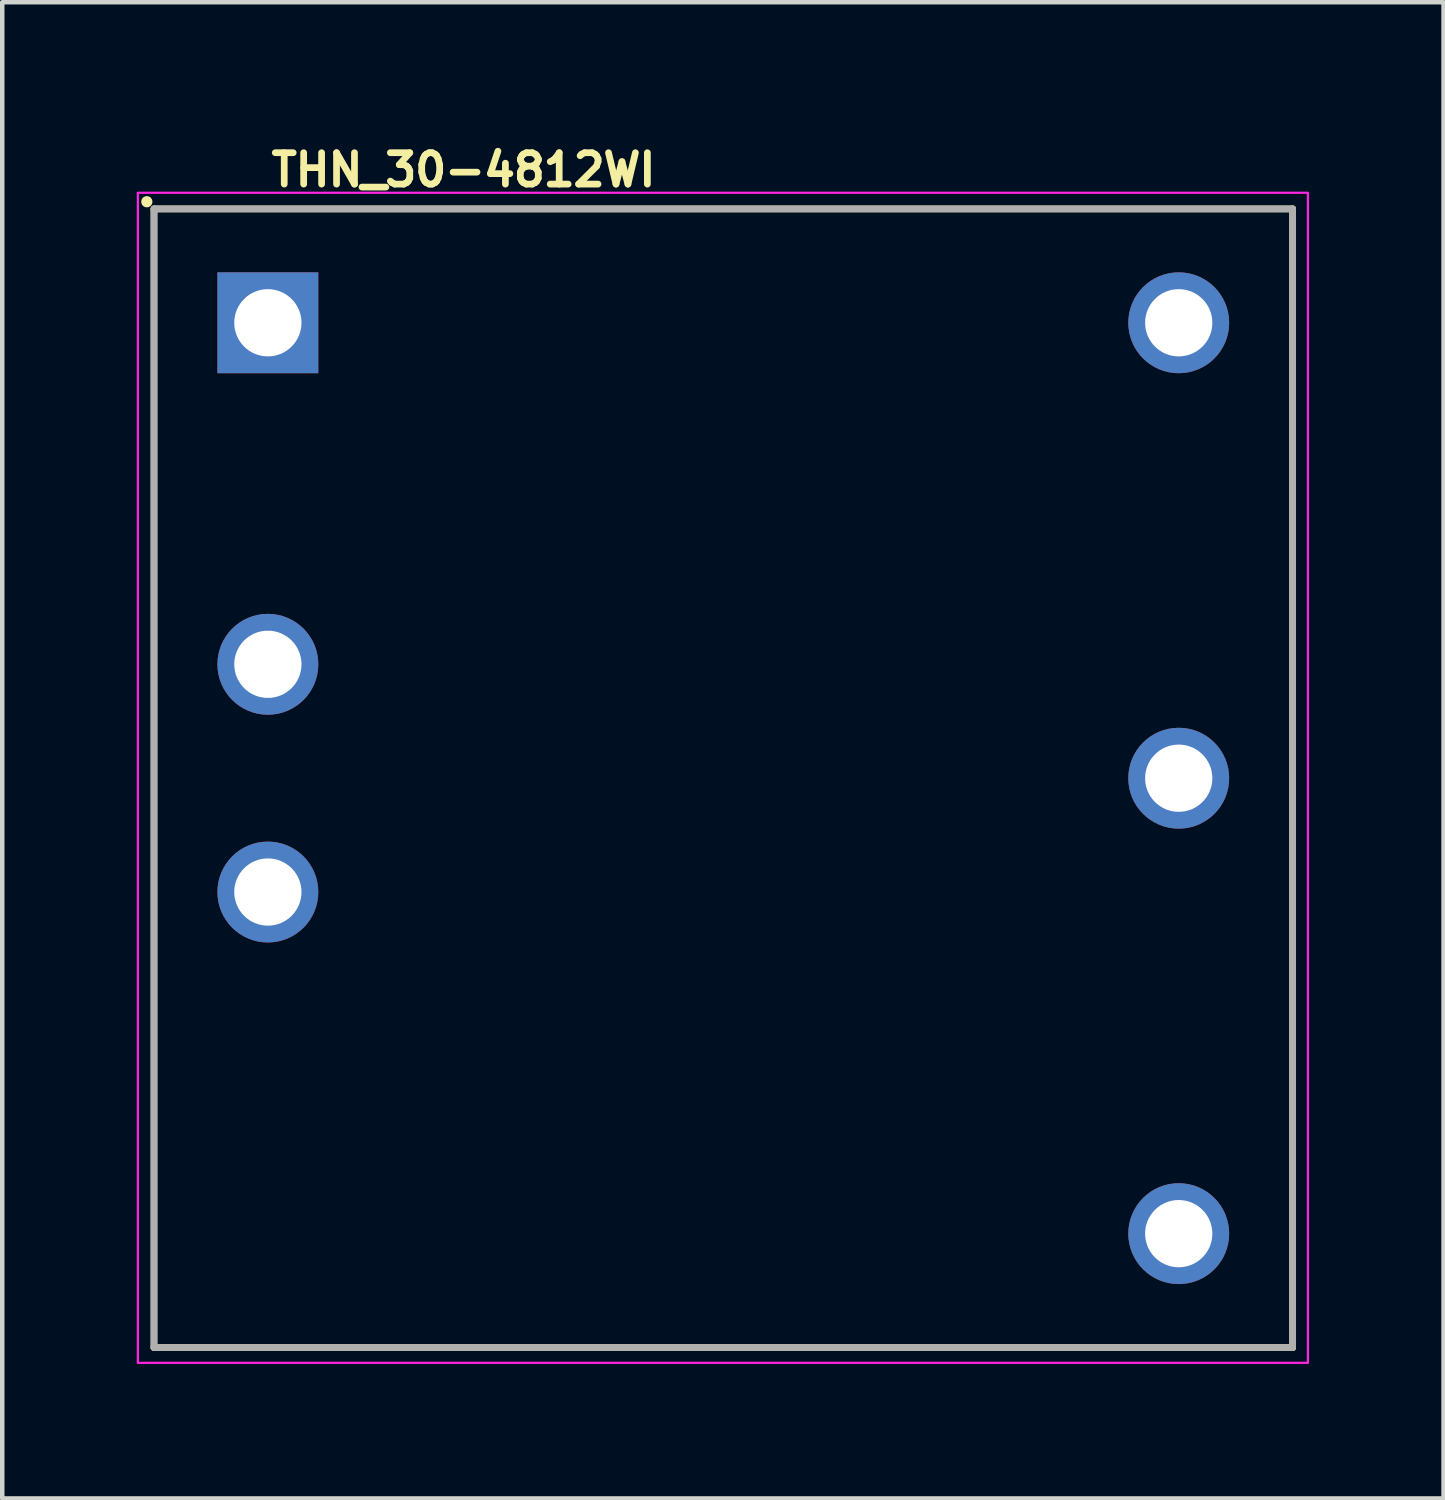
<source format=kicad_pcb>
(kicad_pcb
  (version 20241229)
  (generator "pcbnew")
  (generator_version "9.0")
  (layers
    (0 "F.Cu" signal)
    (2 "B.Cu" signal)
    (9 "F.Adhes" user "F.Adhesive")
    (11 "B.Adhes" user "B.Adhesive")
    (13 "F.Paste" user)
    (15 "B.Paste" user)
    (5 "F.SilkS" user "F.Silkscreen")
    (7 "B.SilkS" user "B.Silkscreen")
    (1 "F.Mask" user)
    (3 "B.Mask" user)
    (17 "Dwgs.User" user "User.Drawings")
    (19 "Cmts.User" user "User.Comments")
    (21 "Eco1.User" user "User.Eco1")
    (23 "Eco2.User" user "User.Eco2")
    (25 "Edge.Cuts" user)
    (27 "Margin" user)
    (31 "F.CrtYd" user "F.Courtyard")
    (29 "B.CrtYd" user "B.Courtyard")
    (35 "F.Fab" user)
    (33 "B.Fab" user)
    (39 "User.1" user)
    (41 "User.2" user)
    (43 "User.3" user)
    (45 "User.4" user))
  (footprint "THN_30-4812WI"
    (layer "F.Cu")
    (at 2.925 4.15)
    (property "Reference" "THN_30-4812WI" (at 0 -3 0) (layer "F.SilkS") (effects (font (size 0.7 0.7) (thickness 0.15)) (justify left bottom)))
    (attr through_hole)
    (fp_line (start -2.54 -2.54) (end 22.859 -2.54) (stroke (width 0.15) (type solid)) (layer "F.SilkS"))
    (fp_line (start -2.54 22.859) (end -2.54 -2.54) (stroke (width 0.15) (type solid)) (layer "F.SilkS"))
    (fp_line (start 22.859 -2.54) (end 22.859 22.859) (stroke (width 0.15) (type solid)) (layer "F.SilkS"))
    (fp_line (start 22.859 22.859) (end -2.54 22.859) (stroke (width 0.15) (type solid)) (layer "F.SilkS"))
    (fp_circle (center -2.7 -2.7) (end -2.65 -2.7) (stroke (width 0.15) (type solid)) (fill yes) (layer "F.SilkS"))
    (fp_rect (start -2.9 -2.9) (end 23.2 23.2) (stroke (width 0.05) (type solid)) (fill no) (layer "F.CrtYd"))
    (fp_line (start -2.54 -2.54) (end 22.859 -2.54) (stroke (width 0.15) (type solid)) (layer "F.Fab"))
    (fp_line (start -2.54 22.859) (end -2.54 -2.54) (stroke (width 0.15) (type solid)) (layer "F.Fab"))
    (fp_line (start 22.859 -2.54) (end 22.859 22.859) (stroke (width 0.15) (type solid)) (layer "F.Fab"))
    (fp_line (start 22.859 22.859) (end -2.54 22.859) (stroke (width 0.15) (type solid)) (layer "F.Fab"))
    (fp_rect (start -2.54 -2.54) (end 22.859 22.859) (stroke (width 0.1) (type solid)) (fill no) (layer "User.5"))
    (fp_rect (start -2.54 -2.54) (end 22.859 22.859) (stroke (width 0.1) (type solid)) (fill no) (layer "User.5"))
    (fp_rect (start -2.54 -2.54) (end 22.859 22.859) (stroke (width 0.1) (type solid)) (fill no) (layer "User.5"))
    (fp_line (start -2.54 -2.182) (end -2.54 -2.161) (stroke (width 0.02) (type solid)) (layer "User.9"))
    (fp_line (start -2.54 -2.161) (end -2.54 -2.141) (stroke (width 0.02) (type solid)) (layer "User.9"))
    (fp_line (start -2.54 22.46) (end -2.54 -2.141) (stroke (width 0.02) (type solid)) (layer "User.9"))
    (fp_line (start -2.54 22.46) (end -2.54 22.478) (stroke (width 0.02) (type solid)) (layer "User.9"))
    (fp_line (start -2.54 22.478) (end -2.54 22.498) (stroke (width 0.02) (type solid)) (layer "User.9"))
    (fp_line (start -2.54 22.498) (end -2.536 22.518) (stroke (width 0.02) (type solid)) (layer "User.9"))
    (fp_line (start -2.536 -2.202) (end -2.54 -2.182) (stroke (width 0.02) (type solid)) (layer "User.9"))
    (fp_line (start -2.536 22.518) (end -2.532 22.539) (stroke (width 0.02) (type solid)) (layer "User.9"))
    (fp_line (start -2.532 -2.222) (end -2.536 -2.202) (stroke (width 0.02) (type solid)) (layer "User.9"))
    (fp_line (start -2.532 22.539) (end -2.528 22.559) (stroke (width 0.02) (type solid)) (layer "User.9"))
    (fp_line (start -2.528 -2.242) (end -2.532 -2.222) (stroke (width 0.02) (type solid)) (layer "User.9"))
    (fp_line (start -2.528 22.559) (end -2.524 22.577) (stroke (width 0.02) (type solid)) (layer "User.9"))
    (fp_line (start -2.524 -2.259) (end -2.528 -2.242) (stroke (width 0.02) (type solid)) (layer "User.9"))
    (fp_line (start -2.524 22.577) (end -2.516 22.597) (stroke (width 0.02) (type solid)) (layer "User.9"))
    (fp_line (start -2.516 -2.278) (end -2.524 -2.259) (stroke (width 0.02) (type solid)) (layer "User.9"))
    (fp_line (start -2.516 22.597) (end -2.509 22.614) (stroke (width 0.02) (type solid)) (layer "User.9"))
    (fp_line (start -2.509 -2.298) (end -2.516 -2.278) (stroke (width 0.02) (type solid)) (layer "User.9"))
    (fp_line (start -2.509 22.614) (end -2.501 22.632) (stroke (width 0.02) (type solid)) (layer "User.9"))
    (fp_line (start -2.501 -2.315) (end -2.509 -2.298) (stroke (width 0.02) (type solid)) (layer "User.9"))
    (fp_line (start -2.501 22.632) (end -2.492 22.649) (stroke (width 0.02) (type solid)) (layer "User.9"))
    (fp_line (start -2.492 -2.331) (end -2.501 -2.315) (stroke (width 0.02) (type solid)) (layer "User.9"))
    (fp_line (start -2.492 22.649) (end -2.484 22.667) (stroke (width 0.02) (type solid)) (layer "User.9"))
    (fp_line (start -2.484 -2.348) (end -2.492 -2.331) (stroke (width 0.02) (type solid)) (layer "User.9"))
    (fp_line (start -2.484 22.667) (end -2.472 22.681) (stroke (width 0.02) (type solid)) (layer "User.9"))
    (fp_line (start -2.472 -2.364) (end -2.484 -2.348) (stroke (width 0.02) (type solid)) (layer "User.9"))
    (fp_line (start -2.472 22.681) (end -2.461 22.699) (stroke (width 0.02) (type solid)) (layer "User.9"))
    (fp_line (start -2.461 -2.38) (end -2.472 -2.364) (stroke (width 0.02) (type solid)) (layer "User.9"))
    (fp_line (start -2.461 22.699) (end -2.449 22.713) (stroke (width 0.02) (type solid)) (layer "User.9"))
    (fp_line (start -2.449 -2.395) (end -2.461 -2.38) (stroke (width 0.02) (type solid)) (layer "User.9"))
    (fp_line (start -2.449 22.713) (end -2.437 22.728) (stroke (width 0.02) (type solid)) (layer "User.9"))
    (fp_line (start -2.437 -2.411) (end -2.449 -2.395) (stroke (width 0.02) (type solid)) (layer "User.9"))
    (fp_line (start -2.437 22.728) (end -2.423 22.742) (stroke (width 0.02) (type solid)) (layer "User.9"))
    (fp_line (start -2.423 -2.423) (end -2.437 -2.411) (stroke (width 0.02) (type solid)) (layer "User.9"))
    (fp_line (start -2.423 22.742) (end -2.411 22.754) (stroke (width 0.02) (type solid)) (layer "User.9"))
    (fp_line (start -2.411 -2.437) (end -2.423 -2.423) (stroke (width 0.02) (type solid)) (layer "User.9"))
    (fp_line (start -2.411 22.754) (end -2.395 22.768) (stroke (width 0.02) (type solid)) (layer "User.9"))
    (fp_line (start -2.395 -2.449) (end -2.411 -2.437) (stroke (width 0.02) (type solid)) (layer "User.9"))
    (fp_line (start -2.395 22.768) (end -2.38 22.78) (stroke (width 0.02) (type solid)) (layer "User.9"))
    (fp_line (start -2.38 -2.461) (end -2.395 -2.449) (stroke (width 0.02) (type solid)) (layer "User.9"))
    (fp_line (start -2.38 22.78) (end -2.364 22.789) (stroke (width 0.02) (type solid)) (layer "User.9"))
    (fp_line (start -2.364 -2.472) (end -2.38 -2.461) (stroke (width 0.02) (type solid)) (layer "User.9"))
    (fp_line (start -2.364 22.789) (end -2.348 22.8) (stroke (width 0.02) (type solid)) (layer "User.9"))
    (fp_line (start -2.348 -2.484) (end -2.364 -2.472) (stroke (width 0.02) (type solid)) (layer "User.9"))
    (fp_line (start -2.348 22.8) (end -2.331 22.809) (stroke (width 0.02) (type solid)) (layer "User.9"))
    (fp_line (start -2.331 -2.492) (end -2.348 -2.484) (stroke (width 0.02) (type solid)) (layer "User.9"))
    (fp_line (start -2.331 22.809) (end -2.315 22.818) (stroke (width 0.02) (type solid)) (layer "User.9"))
    (fp_line (start -2.315 -2.501) (end -2.331 -2.492) (stroke (width 0.02) (type solid)) (layer "User.9"))
    (fp_line (start -2.315 22.818) (end -2.298 22.827) (stroke (width 0.02) (type solid)) (layer "User.9"))
    (fp_line (start -2.298 -2.509) (end -2.315 -2.501) (stroke (width 0.02) (type solid)) (layer "User.9"))
    (fp_line (start -2.298 22.827) (end -2.278 22.835) (stroke (width 0.02) (type solid)) (layer "User.9"))
    (fp_line (start -2.278 -2.516) (end -2.298 -2.509) (stroke (width 0.02) (type solid)) (layer "User.9"))
    (fp_line (start -2.278 22.835) (end -2.259 22.841) (stroke (width 0.02) (type solid)) (layer "User.9"))
    (fp_line (start -2.259 -2.524) (end -2.278 -2.516) (stroke (width 0.02) (type solid)) (layer "User.9"))
    (fp_line (start -2.259 22.841) (end -2.242 22.847) (stroke (width 0.02) (type solid)) (layer "User.9"))
    (fp_line (start -2.242 -2.528) (end -2.259 -2.524) (stroke (width 0.02) (type solid)) (layer "User.9"))
    (fp_line (start -2.242 22.847) (end -2.222 22.85) (stroke (width 0.02) (type solid)) (layer "User.9"))
    (fp_line (start -2.222 -2.532) (end -2.242 -2.528) (stroke (width 0.02) (type solid)) (layer "User.9"))
    (fp_line (start -2.222 22.85) (end -2.202 22.853) (stroke (width 0.02) (type solid)) (layer "User.9"))
    (fp_line (start -2.202 -2.536) (end -2.222 -2.532) (stroke (width 0.02) (type solid)) (layer "User.9"))
    (fp_line (start -2.202 22.853) (end -2.182 22.856) (stroke (width 0.02) (type solid)) (layer "User.9"))
    (fp_line (start -2.182 -2.54) (end -2.202 -2.536) (stroke (width 0.02) (type solid)) (layer "User.9"))
    (fp_line (start -2.182 22.856) (end -2.161 22.859) (stroke (width 0.02) (type solid)) (layer "User.9"))
    (fp_line (start -2.161 -2.54) (end -2.182 -2.54) (stroke (width 0.02) (type solid)) (layer "User.9"))
    (fp_line (start -2.161 22.859) (end -2.141 22.859) (stroke (width 0.02) (type solid)) (layer "User.9"))
    (fp_line (start -2.141 -2.54) (end -2.161 -2.54) (stroke (width 0.02) (type solid)) (layer "User.9"))
    (fp_line (start -2.141 -2.54) (end 22.46 -2.54) (stroke (width 0.02) (type solid)) (layer "User.9"))
    (fp_line (start 22.46 -2.54) (end 22.478 -2.54) (stroke (width 0.02) (type solid)) (layer "User.9"))
    (fp_line (start 22.46 22.859) (end -2.141 22.859) (stroke (width 0.02) (type solid)) (layer "User.9"))
    (fp_line (start 22.46 22.859) (end 22.478 22.859) (stroke (width 0.02) (type solid)) (layer "User.9"))
    (fp_line (start 22.478 -2.54) (end 22.498 -2.54) (stroke (width 0.02) (type solid)) (layer "User.9"))
    (fp_line (start 22.478 22.859) (end 22.498 22.856) (stroke (width 0.02) (type solid)) (layer "User.9"))
    (fp_line (start 22.498 -2.54) (end 22.518 -2.536) (stroke (width 0.02) (type solid)) (layer "User.9"))
    (fp_line (start 22.498 22.856) (end 22.518 22.853) (stroke (width 0.02) (type solid)) (layer "User.9"))
    (fp_line (start 22.518 -2.536) (end 22.539 -2.532) (stroke (width 0.02) (type solid)) (layer "User.9"))
    (fp_line (start 22.518 22.853) (end 22.539 22.85) (stroke (width 0.02) (type solid)) (layer "User.9"))
    (fp_line (start 22.539 -2.532) (end 22.559 -2.528) (stroke (width 0.02) (type solid)) (layer "User.9"))
    (fp_line (start 22.539 22.85) (end 22.559 22.847) (stroke (width 0.02) (type solid)) (layer "User.9"))
    (fp_line (start 22.559 -2.528) (end 22.577 -2.524) (stroke (width 0.02) (type solid)) (layer "User.9"))
    (fp_line (start 22.559 22.847) (end 22.577 22.841) (stroke (width 0.02) (type solid)) (layer "User.9"))
    (fp_line (start 22.577 -2.524) (end 22.597 -2.516) (stroke (width 0.02) (type solid)) (layer "User.9"))
    (fp_line (start 22.577 22.841) (end 22.597 22.835) (stroke (width 0.02) (type solid)) (layer "User.9"))
    (fp_line (start 22.597 -2.516) (end 22.614 -2.509) (stroke (width 0.02) (type solid)) (layer "User.9"))
    (fp_line (start 22.597 22.835) (end 22.614 22.827) (stroke (width 0.02) (type solid)) (layer "User.9"))
    (fp_line (start 22.614 -2.509) (end 22.632 -2.501) (stroke (width 0.02) (type solid)) (layer "User.9"))
    (fp_line (start 22.614 22.827) (end 22.632 22.818) (stroke (width 0.02) (type solid)) (layer "User.9"))
    (fp_line (start 22.632 -2.501) (end 22.649 -2.492) (stroke (width 0.02) (type solid)) (layer "User.9"))
    (fp_line (start 22.632 22.818) (end 22.649 22.809) (stroke (width 0.02) (type solid)) (layer "User.9"))
    (fp_line (start 22.649 -2.492) (end 22.667 -2.484) (stroke (width 0.02) (type solid)) (layer "User.9"))
    (fp_line (start 22.649 22.809) (end 22.667 22.8) (stroke (width 0.02) (type solid)) (layer "User.9"))
    (fp_line (start 22.667 -2.484) (end 22.681 -2.472) (stroke (width 0.02) (type solid)) (layer "User.9"))
    (fp_line (start 22.667 22.8) (end 22.681 22.789) (stroke (width 0.02) (type solid)) (layer "User.9"))
    (fp_line (start 22.681 -2.472) (end 22.699 -2.461) (stroke (width 0.02) (type solid)) (layer "User.9"))
    (fp_line (start 22.681 22.789) (end 22.699 22.78) (stroke (width 0.02) (type solid)) (layer "User.9"))
    (fp_line (start 22.699 -2.461) (end 22.713 -2.449) (stroke (width 0.02) (type solid)) (layer "User.9"))
    (fp_line (start 22.699 22.78) (end 22.713 22.768) (stroke (width 0.02) (type solid)) (layer "User.9"))
    (fp_line (start 22.713 -2.449) (end 22.728 -2.437) (stroke (width 0.02) (type solid)) (layer "User.9"))
    (fp_line (start 22.713 22.768) (end 22.728 22.754) (stroke (width 0.02) (type solid)) (layer "User.9"))
    (fp_line (start 22.728 -2.437) (end 22.742 -2.423) (stroke (width 0.02) (type solid)) (layer "User.9"))
    (fp_line (start 22.728 22.754) (end 22.742 22.742) (stroke (width 0.02) (type solid)) (layer "User.9"))
    (fp_line (start 22.742 -2.423) (end 22.754 -2.411) (stroke (width 0.02) (type solid)) (layer "User.9"))
    (fp_line (start 22.742 22.742) (end 22.754 22.728) (stroke (width 0.02) (type solid)) (layer "User.9"))
    (fp_line (start 22.754 -2.411) (end 22.768 -2.395) (stroke (width 0.02) (type solid)) (layer "User.9"))
    (fp_line (start 22.754 22.728) (end 22.768 22.713) (stroke (width 0.02) (type solid)) (layer "User.9"))
    (fp_line (start 22.768 -2.395) (end 22.78 -2.38) (stroke (width 0.02) (type solid)) (layer "User.9"))
    (fp_line (start 22.768 22.713) (end 22.78 22.699) (stroke (width 0.02) (type solid)) (layer "User.9"))
    (fp_line (start 22.78 -2.38) (end 22.789 -2.364) (stroke (width 0.02) (type solid)) (layer "User.9"))
    (fp_line (start 22.78 22.699) (end 22.789 22.681) (stroke (width 0.02) (type solid)) (layer "User.9"))
    (fp_line (start 22.789 -2.364) (end 22.8 -2.348) (stroke (width 0.02) (type solid)) (layer "User.9"))
    (fp_line (start 22.789 22.681) (end 22.8 22.667) (stroke (width 0.02) (type solid)) (layer "User.9"))
    (fp_line (start 22.8 -2.348) (end 22.809 -2.331) (stroke (width 0.02) (type solid)) (layer "User.9"))
    (fp_line (start 22.8 22.667) (end 22.809 22.649) (stroke (width 0.02) (type solid)) (layer "User.9"))
    (fp_line (start 22.809 -2.331) (end 22.818 -2.315) (stroke (width 0.02) (type solid)) (layer "User.9"))
    (fp_line (start 22.809 22.649) (end 22.818 22.632) (stroke (width 0.02) (type solid)) (layer "User.9"))
    (fp_line (start 22.818 -2.315) (end 22.827 -2.298) (stroke (width 0.02) (type solid)) (layer "User.9"))
    (fp_line (start 22.818 22.632) (end 22.827 22.614) (stroke (width 0.02) (type solid)) (layer "User.9"))
    (fp_line (start 22.827 -2.298) (end 22.835 -2.278) (stroke (width 0.02) (type solid)) (layer "User.9"))
    (fp_line (start 22.827 22.614) (end 22.835 22.597) (stroke (width 0.02) (type solid)) (layer "User.9"))
    (fp_line (start 22.835 -2.278) (end 22.841 -2.259) (stroke (width 0.02) (type solid)) (layer "User.9"))
    (fp_line (start 22.835 22.597) (end 22.841 22.577) (stroke (width 0.02) (type solid)) (layer "User.9"))
    (fp_line (start 22.841 -2.259) (end 22.847 -2.242) (stroke (width 0.02) (type solid)) (layer "User.9"))
    (fp_line (start 22.841 22.577) (end 22.847 22.559) (stroke (width 0.02) (type solid)) (layer "User.9"))
    (fp_line (start 22.847 -2.242) (end 22.85 -2.222) (stroke (width 0.02) (type solid)) (layer "User.9"))
    (fp_line (start 22.847 22.559) (end 22.85 22.539) (stroke (width 0.02) (type solid)) (layer "User.9"))
    (fp_line (start 22.85 -2.222) (end 22.853 -2.202) (stroke (width 0.02) (type solid)) (layer "User.9"))
    (fp_line (start 22.85 22.539) (end 22.853 22.518) (stroke (width 0.02) (type solid)) (layer "User.9"))
    (fp_line (start 22.853 -2.202) (end 22.856 -2.182) (stroke (width 0.02) (type solid)) (layer "User.9"))
    (fp_line (start 22.853 22.518) (end 22.856 22.498) (stroke (width 0.02) (type solid)) (layer "User.9"))
    (fp_line (start 22.856 -2.182) (end 22.859 -2.161) (stroke (width 0.02) (type solid)) (layer "User.9"))
    (fp_line (start 22.856 22.498) (end 22.859 22.478) (stroke (width 0.02) (type solid)) (layer "User.9"))
    (fp_line (start 22.859 -2.161) (end 22.859 -2.141) (stroke (width 0.02) (type solid)) (layer "User.9"))
    (fp_line (start 22.859 -2.141) (end 22.859 22.46) (stroke (width 0.02) (type solid)) (layer "User.9"))
    (fp_line (start 22.859 22.478) (end 22.859 22.46) (stroke (width 0.02) (type solid)) (layer "User.9"))
    (pad "1" thru_hole circle (at 0 12.698) (size 2.25 2.25) (drill 1.5) (layers "*.Cu" "*.Mask"))
    (pad "2" thru_hole circle (at 0 7.618) (size 2.25 2.25) (drill 1.5) (layers "*.Cu" "*.Mask"))
    (pad "3" thru_hole circle (at 20.318 20.318) (size 2.25 2.25) (drill 1.5) (layers "*.Cu" "*.Mask"))
    (pad "4" thru_hole circle (at 20.318 10.159) (size 2.25 2.25) (drill 1.5) (layers "*.Cu" "*.Mask"))
    (pad "5" thru_hole circle (at 20.318 0) (size 2.25 2.25) (drill 1.5) (layers "*.Cu" "*.Mask"))
    (pad "6" thru_hole rect (at 0 0) (size 2.25 2.25) (drill 1.5) (layers "*.Cu" "*.Mask")))
  (gr_rect
    (start -3 -3)
    (end 29.15 30.375)
    (stroke (width 0.1) (type default))
    (fill no)
    (layer "Edge.Cuts")))
</source>
